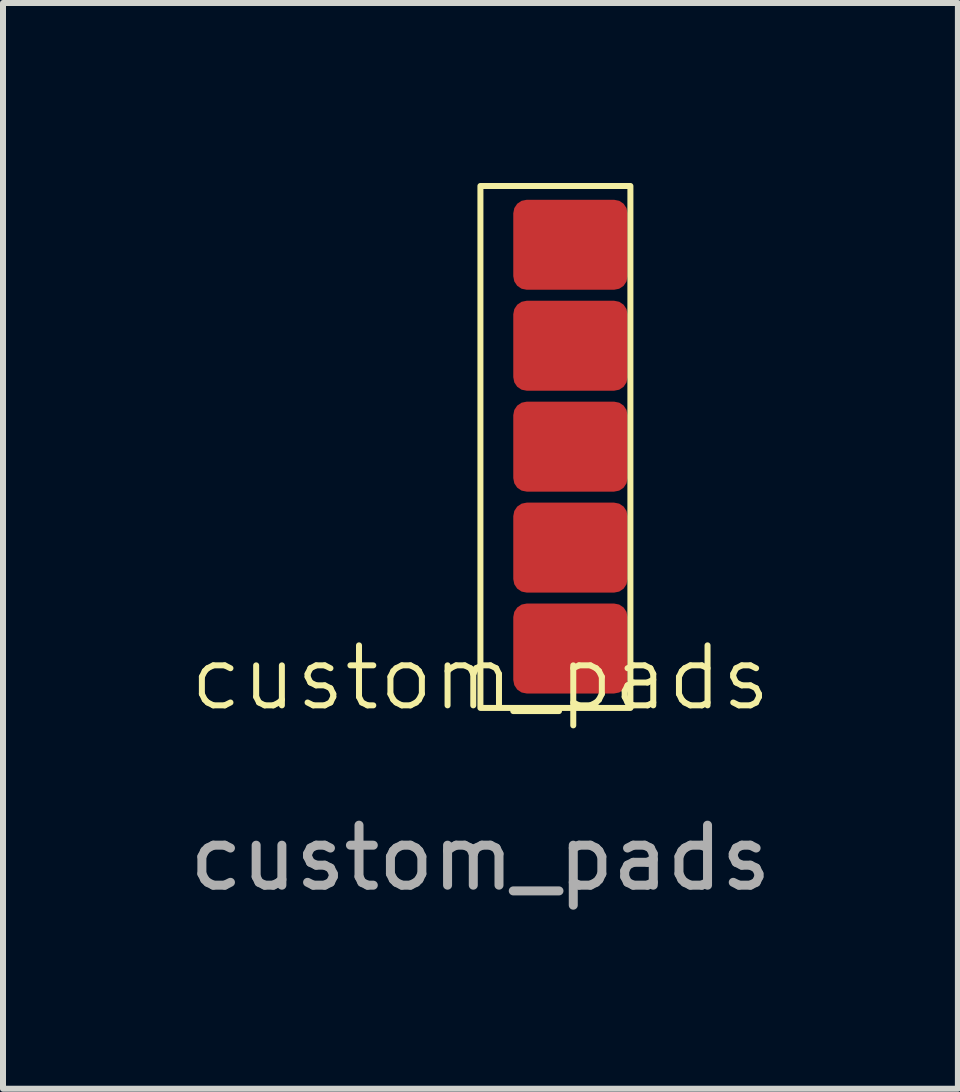
<source format=kicad_pcb>
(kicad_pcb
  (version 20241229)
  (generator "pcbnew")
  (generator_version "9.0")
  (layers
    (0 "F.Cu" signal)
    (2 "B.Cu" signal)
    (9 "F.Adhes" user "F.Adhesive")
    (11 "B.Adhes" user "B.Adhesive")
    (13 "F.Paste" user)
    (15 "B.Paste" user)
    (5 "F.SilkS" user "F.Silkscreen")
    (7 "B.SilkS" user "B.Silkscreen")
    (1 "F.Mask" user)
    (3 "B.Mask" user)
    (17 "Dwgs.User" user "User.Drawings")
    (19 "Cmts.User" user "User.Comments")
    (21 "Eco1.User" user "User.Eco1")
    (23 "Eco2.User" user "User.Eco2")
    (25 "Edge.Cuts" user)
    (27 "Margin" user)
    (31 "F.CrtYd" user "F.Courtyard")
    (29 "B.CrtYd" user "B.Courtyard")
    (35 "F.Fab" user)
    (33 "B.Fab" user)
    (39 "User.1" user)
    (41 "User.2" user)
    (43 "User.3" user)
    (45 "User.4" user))
  (footprint "custom_pads"
    (layer "F.Cu")
    (at 4.958 8.75)
    (property "Reference" "custom_pads" (at 0 -0.5 0) (unlocked yes) (layer "F.SilkS") (effects (font (size 1 1) (thickness 0.1))))
    (attr smd)
    (fp_rect (start 0 -8.7) (end 2.5 0) (stroke (width 0.1) (type solid)) (fill no) (layer "F.SilkS"))
    (fp_text user "${REFERENCE}" (at 0 2.5 0) (unlocked yes) (layer "F.Fab") (effects (font (size 1 1) (thickness 0.15))))
    (pad "1" smd roundrect (at 1.5 -7.72) (size 1.905 1.5) (layers "F.Cu" "F.Mask" "F.Paste") (roundrect_rratio 0.15))
    (pad "2" smd roundrect (at 1.5 -6.037) (size 1.905 1.5) (layers "F.Cu" "F.Mask" "F.Paste") (roundrect_rratio 0.15))
    (pad "3" smd roundrect (at 1.5 -4.355) (size 1.905 1.5) (layers "F.Cu" "F.Mask" "F.Paste") (roundrect_rratio 0.15))
    (pad "4" smd roundrect (at 1.5 -2.672) (size 1.905 1.5) (layers "F.Cu" "F.Mask" "F.Paste") (roundrect_rratio 0.15))
    (pad "5" smd roundrect (at 1.5 -0.99) (size 1.905 1.5) (layers "F.Cu" "F.Mask" "F.Paste") (roundrect_rratio 0.15)))
  (gr_rect
    (start -3 -3)
    (end 12.917 15.098)
    (stroke (width 0.1) (type default))
    (fill no)
    (layer "Edge.Cuts")))
</source>
